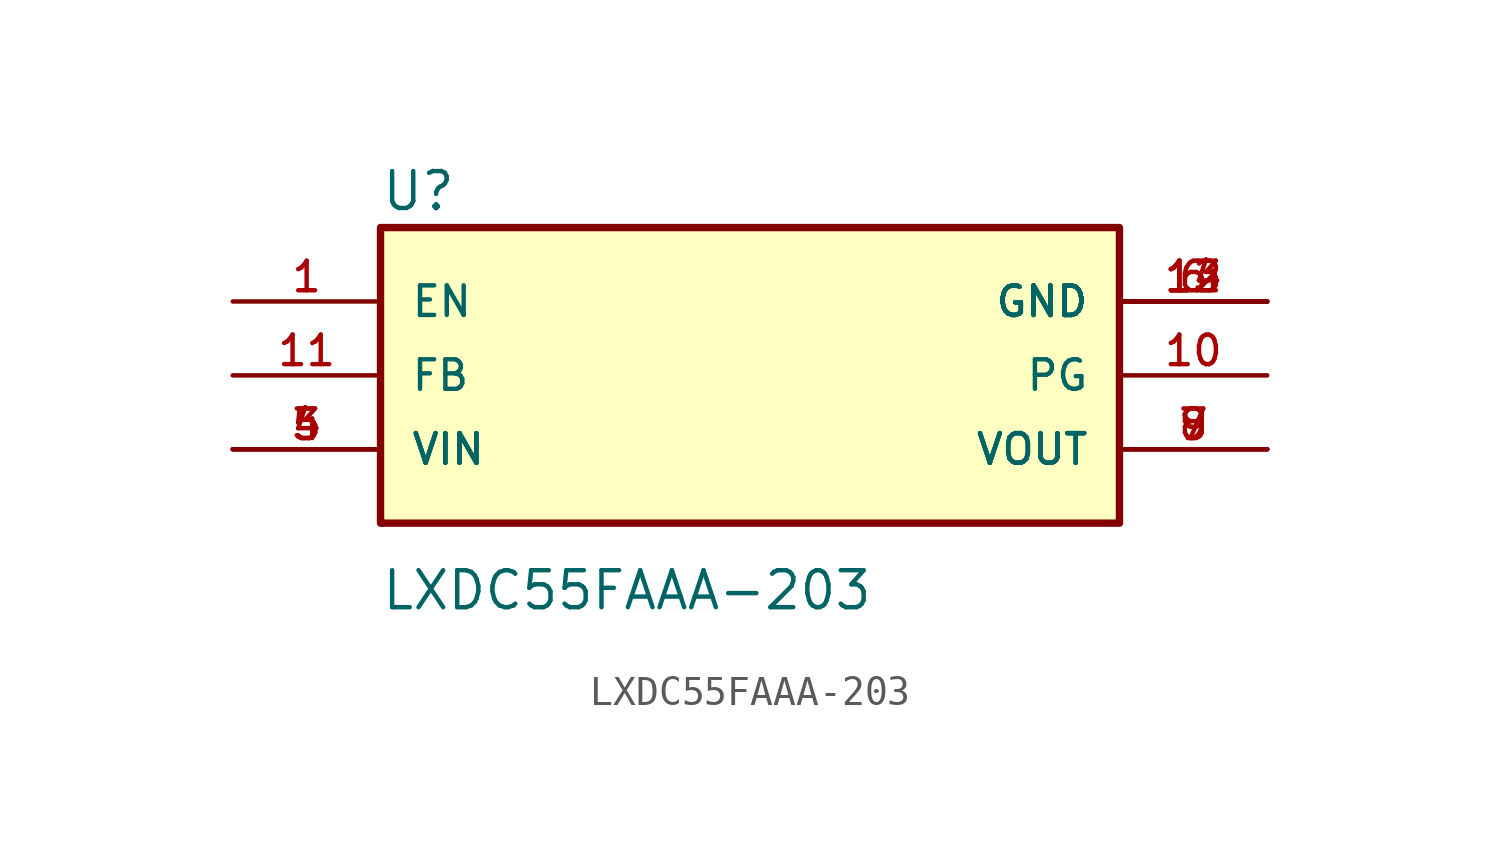
<source format=kicad_sym>
(kicad_symbol_lib
  (version 20211014)
  (generator kicad_symbol_editor)
  (symbol "LXDC55FAAA-203"
    (pin_names
      (offset 1.016))
    (property "Reference" "U"
      (at -12.704 5.59 0)
      (effects (font (size 1.27 1.27)) (justify bottom left)))
    (property "Value" "LXDC55FAAA-203"
      (at -12.704 -8.131 0)
      (effects (font (size 1.27 1.27)) (justify bottom left)))
    (symbol "LXDC55FAAA-203_0_0"
      (rectangle (start -12.7 -5.08) (end 12.7 5.08) (stroke (width 0.254)) (fill (type background)))
      (pin input line (at -17.78 0.0 0) (length 5.08) (name "FB" (effects (font (size 1.016 1.016)))) (number "11" (effects (font (size 1.016 1.016)))))
      (pin input line (at -17.78 2.54 0) (length 5.08) (name "EN" (effects (font (size 1.016 1.016)))) (number "1" (effects (font (size 1.016 1.016)))))
      (pin input line (at -17.78 -2.54 0) (length 5.08) (name "VIN" (effects (font (size 1.016 1.016)))) (number "3" (effects (font (size 1.016 1.016)))))
      (pin input line (at -17.78 -2.54 0) (length 5.08) (name "VIN" (effects (font (size 1.016 1.016)))) (number "4" (effects (font (size 1.016 1.016)))))
      (pin input line (at -17.78 -2.54 0) (length 5.08) (name "VIN" (effects (font (size 1.016 1.016)))) (number "5" (effects (font (size 1.016 1.016)))))
      (pin output line (at 17.78 -2.54 180.0) (length 5.08) (name "VOUT" (effects (font (size 1.016 1.016)))) (number "7" (effects (font (size 1.016 1.016)))))
      (pin output line (at 17.78 -2.54 180.0) (length 5.08) (name "VOUT" (effects (font (size 1.016 1.016)))) (number "8" (effects (font (size 1.016 1.016)))))
      (pin output line (at 17.78 -2.54 180.0) (length 5.08) (name "VOUT" (effects (font (size 1.016 1.016)))) (number "9" (effects (font (size 1.016 1.016)))))
      (pin output line (at 17.78 0.0 180.0) (length 5.08) (name "PG" (effects (font (size 1.016 1.016)))) (number "10" (effects (font (size 1.016 1.016)))))
      (pin power_in line (at 17.78 2.54 180.0) (length 5.08) (name "GND" (effects (font (size 1.016 1.016)))) (number "6" (effects (font (size 1.016 1.016)))))
      (pin power_in line (at 17.78 2.54 180.0) (length 5.08) (name "GND" (effects (font (size 1.016 1.016)))) (number "12" (effects (font (size 1.016 1.016)))))
      (pin power_in line (at 17.78 2.54 180.0) (length 5.08) (name "GND" (effects (font (size 1.016 1.016)))) (number "13" (effects (font (size 1.016 1.016)))))
      (pin power_in line (at 17.78 2.54 180.0) (length 5.08) (name "GND" (effects (font (size 1.016 1.016)))) (number "14" (effects (font (size 1.016 1.016))))))))
</source>
